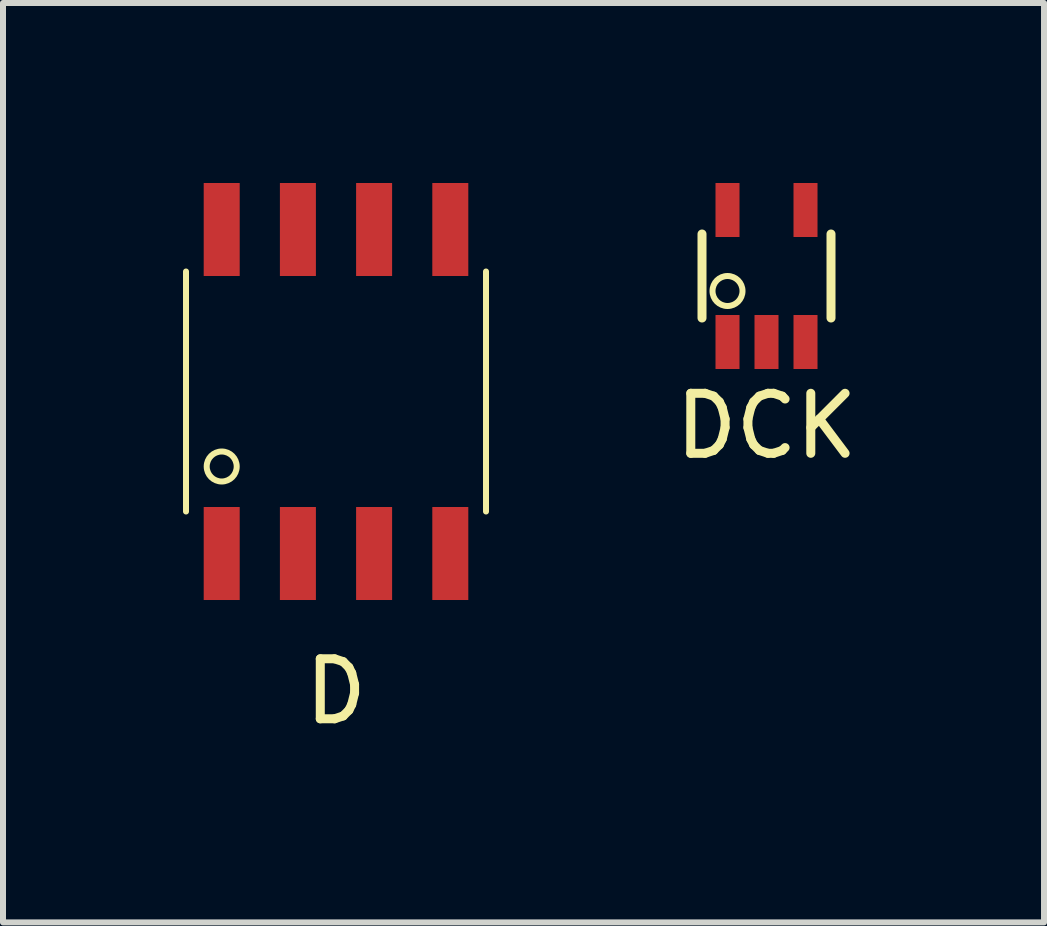
<source format=kicad_pcb>
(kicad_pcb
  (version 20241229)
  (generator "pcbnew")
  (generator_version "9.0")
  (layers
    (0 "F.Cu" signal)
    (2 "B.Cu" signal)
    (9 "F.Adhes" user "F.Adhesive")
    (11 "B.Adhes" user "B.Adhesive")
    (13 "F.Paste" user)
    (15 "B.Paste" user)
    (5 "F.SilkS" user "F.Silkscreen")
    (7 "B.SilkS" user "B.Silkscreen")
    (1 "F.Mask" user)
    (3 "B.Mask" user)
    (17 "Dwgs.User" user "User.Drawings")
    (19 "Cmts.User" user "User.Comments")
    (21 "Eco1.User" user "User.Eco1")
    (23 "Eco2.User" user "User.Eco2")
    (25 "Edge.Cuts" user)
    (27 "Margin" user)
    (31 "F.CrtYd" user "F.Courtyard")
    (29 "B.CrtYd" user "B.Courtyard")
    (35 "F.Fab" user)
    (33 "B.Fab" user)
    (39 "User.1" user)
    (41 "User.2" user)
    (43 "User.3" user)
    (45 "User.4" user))
  (footprint "D"
    (layer "F.Cu")
    (at 2.55 3.475)
    (property "Reference" "D" (at 0 5 0) (layer "F.SilkS") (effects (font (size 1 1) (thickness 0.15))))
    (attr through_hole)
    (fp_line (start -2.5 -2) (end -2.5 2) (stroke (width 0.1) (type solid)) (layer "F.SilkS"))
    (fp_line (start 2.5 -2) (end 2.5 2) (stroke (width 0.1) (type solid)) (layer "F.SilkS"))
    (fp_circle (center -1.905 1.25) (end -1.655 1.25) (stroke (width 0.1) (type solid)) (fill no) (layer "F.SilkS"))
    (pad "1" smd rect (at -1.905 2.7) (size 0.6 1.55) (layers "F.Cu" "F.Mask" "F.Paste"))
    (pad "2" smd rect (at -0.635 2.7) (size 0.6 1.55) (layers "F.Cu" "F.Mask" "F.Paste"))
    (pad "3" smd rect (at 0.635 2.7) (size 0.6 1.55) (layers "F.Cu" "F.Mask" "F.Paste"))
    (pad "4" smd rect (at 1.905 2.7) (size 0.6 1.55) (layers "F.Cu" "F.Mask" "F.Paste"))
    (pad "5" smd rect (at 1.905 -2.7) (size 0.6 1.55) (layers "F.Cu" "F.Mask" "F.Paste"))
    (pad "6" smd rect (at 0.635 -2.7) (size 0.6 1.55) (layers "F.Cu" "F.Mask" "F.Paste"))
    (pad "7" smd rect (at -0.635 -2.7) (size 0.6 1.55) (layers "F.Cu" "F.Mask" "F.Paste"))
    (pad "8" smd rect (at -1.905 -2.7) (size 0.6 1.55) (layers "F.Cu" "F.Mask" "F.Paste")))
  (footprint "DCK"
    (layer "F.Cu")
    (at 9.725 1.55)
    (property "Reference" "DCK" (at 0 2.5 0) (layer "F.SilkS") (effects (font (size 1 1) (thickness 0.15))))
    (attr through_hole)
    (fp_line (start -1.075 -0.7) (end -1.075 0.7) (stroke (width 0.15) (type solid)) (layer "F.SilkS"))
    (fp_line (start 1.075 -0.7) (end 1.075 0.7) (stroke (width 0.15) (type solid)) (layer "F.SilkS"))
    (fp_circle (center -0.65 0.25) (end -0.4 0.25) (stroke (width 0.1) (type solid)) (fill no) (layer "F.SilkS"))
    (pad "1" smd rect (at -0.65 1.1) (size 0.4 0.9) (layers "F.Cu" "F.Mask" "F.Paste"))
    (pad "2" smd rect (at 0 1.1) (size 0.4 0.9) (layers "F.Cu" "F.Mask" "F.Paste"))
    (pad "3" smd rect (at 0.65 1.1) (size 0.4 0.9) (layers "F.Cu" "F.Mask" "F.Paste"))
    (pad "4" smd rect (at 0.65 -1.1) (size 0.4 0.9) (layers "F.Cu" "F.Mask" "F.Paste"))
    (pad "5" smd rect (at -0.65 -1.1) (size 0.4 0.9) (layers "F.Cu" "F.Mask" "F.Paste")))
  (gr_rect
    (start -3 -3)
    (end 14.35 12.323)
    (stroke (width 0.1) (type default))
    (fill no)
    (layer "Edge.Cuts")))
</source>
